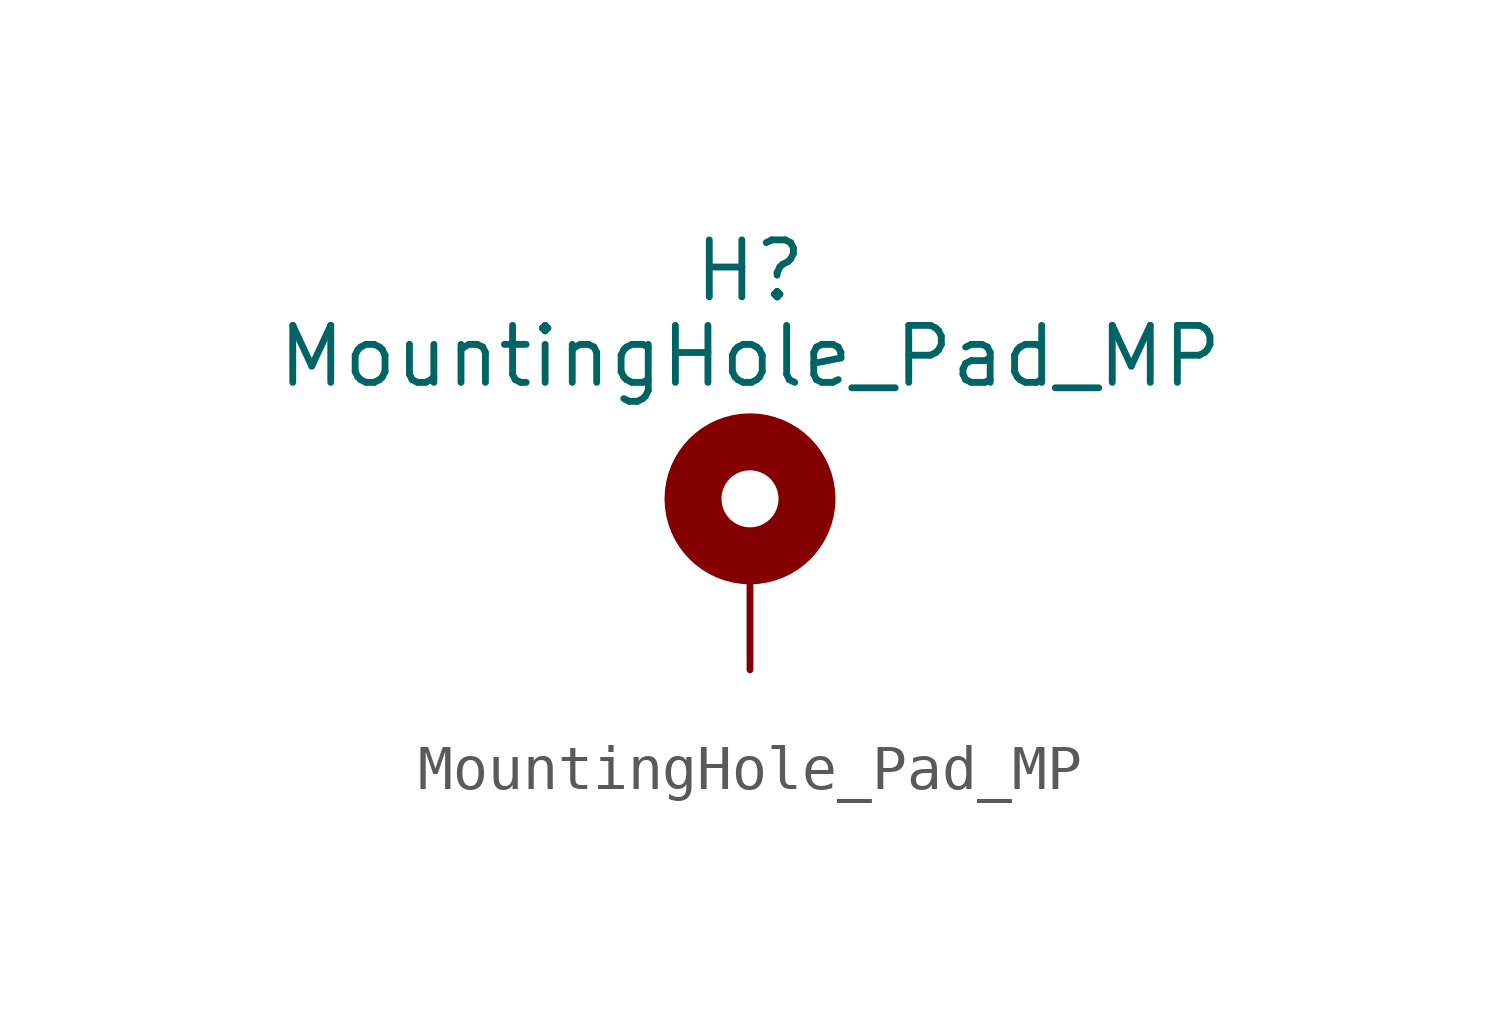
<source format=kicad_sym>
(kicad_symbol_lib
  (version 20241209)
  (generator "kicad_symbol_editor")
  (generator_version "9.0")
  (symbol "MountingHole_Pad_MP"
    (pin_numbers
      (hide yes))
    (pin_names
      (offset 1.016)
      (hide yes))
    (property "Reference" "H"
      (at 0 6.35 0)
      (effects (font (size 1.27 1.27))))
    (property "Value" "MountingHole_Pad_MP"
      (at 0 4.445 0)
      (effects (font (size 1.27 1.27))))
    (symbol "MountingHole_Pad_MP_0_1"
      (circle (center 0 1.27) (radius 1.27) (stroke (width 1.27) (type default)) (fill (type none))))
    (symbol "MountingHole_Pad_MP_1_1"
      (pin input line (at 0 -2.54 90) (length 2.54) (name "MP" (effects (font (size 1.27 1.27)))) (number "MP" (effects (font (size 1.27 1.27))))))))
</source>
